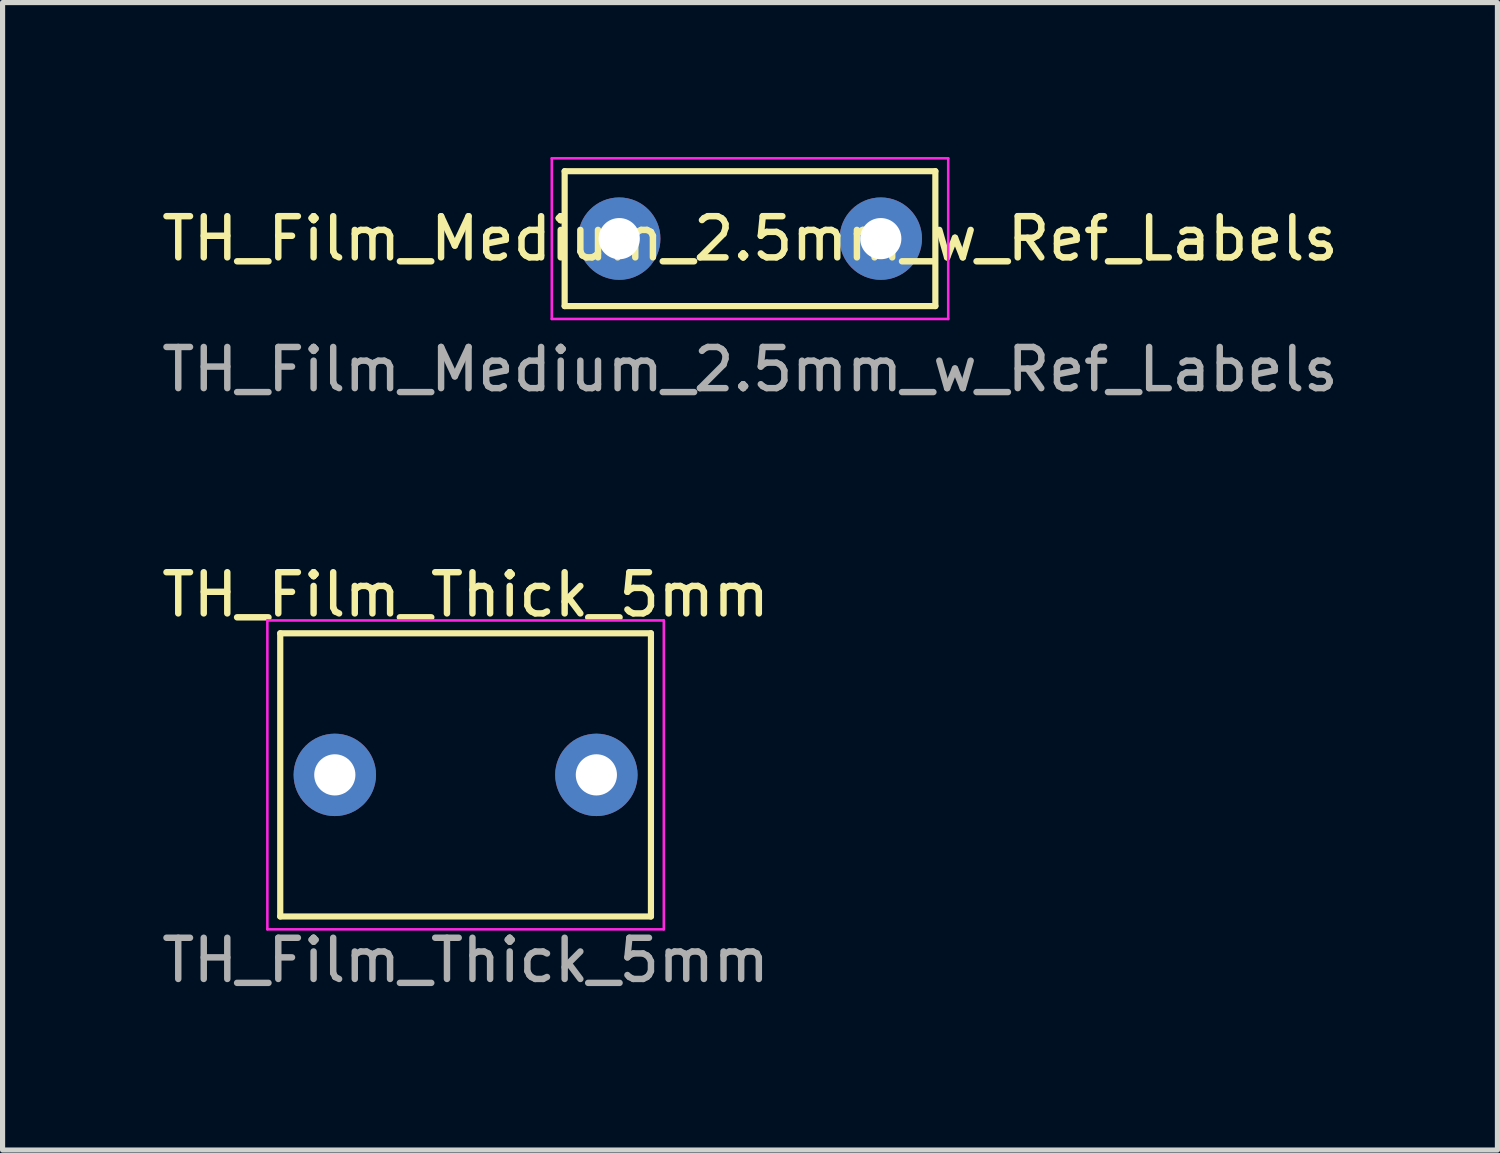
<source format=kicad_pcb>
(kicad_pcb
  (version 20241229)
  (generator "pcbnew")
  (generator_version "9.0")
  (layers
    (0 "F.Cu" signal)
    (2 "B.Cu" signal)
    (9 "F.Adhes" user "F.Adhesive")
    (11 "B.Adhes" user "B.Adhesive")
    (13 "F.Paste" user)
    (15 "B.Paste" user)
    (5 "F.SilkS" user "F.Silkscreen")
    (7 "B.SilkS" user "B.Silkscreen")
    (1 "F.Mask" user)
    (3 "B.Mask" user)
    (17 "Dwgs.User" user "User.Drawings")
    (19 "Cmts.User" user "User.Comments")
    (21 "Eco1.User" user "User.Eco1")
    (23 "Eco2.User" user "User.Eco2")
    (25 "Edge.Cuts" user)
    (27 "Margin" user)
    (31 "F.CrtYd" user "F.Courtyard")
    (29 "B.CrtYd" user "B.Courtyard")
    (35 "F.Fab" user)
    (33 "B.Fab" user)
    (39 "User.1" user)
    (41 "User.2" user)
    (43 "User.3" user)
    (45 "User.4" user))
  (footprint "TH_Film_Thick_5mm"
    (layer "F.Cu")
    (at 5.993 12)
    (property "Reference" "TH_Film_Thick_5mm" (at 0 -3.5 0) (layer "F.SilkS") (effects (font (size 0.8 0.8) (thickness 0.125))))
    (attr through_hole)
    (fp_line (start -3.6 -2.75) (end -3.6 2.75) (stroke (width 0.12) (type solid)) (layer "F.SilkS"))
    (fp_line (start -3.6 -2.75) (end 3.6 -2.75) (stroke (width 0.12) (type solid)) (layer "F.SilkS"))
    (fp_line (start -3.6 2.75) (end 3.6 2.75) (stroke (width 0.12) (type solid)) (layer "F.SilkS"))
    (fp_line (start -3.59 0) (end -3.6 0) (stroke (width 0.05) (type solid)) (layer "F.SilkS"))
    (fp_line (start 3.6 -2.75) (end 3.6 2.75) (stroke (width 0.12) (type solid)) (layer "F.SilkS"))
    (fp_line (start -3.85 -3) (end -3.85 3) (stroke (width 0.05) (type solid)) (layer "F.CrtYd"))
    (fp_line (start -3.85 3) (end 3.85 3) (stroke (width 0.05) (type solid)) (layer "F.CrtYd"))
    (fp_line (start 3.85 -3) (end -3.85 -3) (stroke (width 0.05) (type solid)) (layer "F.CrtYd"))
    (fp_line (start 3.85 3) (end 3.85 -3) (stroke (width 0.05) (type solid)) (layer "F.CrtYd"))
    (fp_text user "${REFERENCE}" (at 0 3.6 0) (layer "F.Fab") (effects (font (size 0.8 0.8) (thickness 0.125))))
    (pad "1" thru_hole circle (at -2.54 0) (size 1.6 1.6) (drill 0.8) (layers "*.Cu" "*.Mask"))
    (pad "2" thru_hole circle (at 2.54 0) (size 1.6 1.6) (drill 0.8) (layers "*.Cu" "*.Mask")))
  (footprint "TH_Film_Medium_2.5mm_w_Ref_Labels"
    (layer "F.Cu")
    (at 11.517 1.585)
    (property "Reference" "TH_Film_Medium_2.5mm_w_Ref_Labels" (at 0 0 0) (layer "F.SilkS") (effects (font (size 0.8 0.8) (thickness 0.125))))
    (attr through_hole)
    (fp_line (start -3.6 -1.31) (end -3.6 1.31) (stroke (width 0.12) (type solid)) (layer "F.SilkS"))
    (fp_line (start -3.6 -1.31) (end 3.6 -1.31) (stroke (width 0.12) (type solid)) (layer "F.SilkS"))
    (fp_line (start -3.6 1.31) (end 3.6 1.31) (stroke (width 0.12) (type solid)) (layer "F.SilkS"))
    (fp_line (start -3.59 0) (end -3.6 0) (stroke (width 0.05) (type solid)) (layer "F.SilkS"))
    (fp_line (start 3.6 -1.31) (end 3.6 1.31) (stroke (width 0.12) (type solid)) (layer "F.SilkS"))
    (fp_line (start -3.85 -1.56) (end -3.85 1.56) (stroke (width 0.05) (type solid)) (layer "F.CrtYd"))
    (fp_line (start -3.85 1.56) (end 3.85 1.56) (stroke (width 0.05) (type solid)) (layer "F.CrtYd"))
    (fp_line (start 3.85 -1.56) (end -3.85 -1.56) (stroke (width 0.05) (type solid)) (layer "F.CrtYd"))
    (fp_line (start 3.85 1.56) (end 3.85 -1.56) (stroke (width 0.05) (type solid)) (layer "F.CrtYd"))
    (fp_text user "${REFERENCE}" (at 0 2.54 0) (layer "F.Fab") (effects (font (size 0.8 0.8) (thickness 0.125))))
    (pad "1" thru_hole circle (at -2.54 0) (size 1.6 1.6) (drill 0.8) (layers "*.Cu" "*.Mask"))
    (pad "2" thru_hole circle (at 2.54 0) (size 1.6 1.6) (drill 0.8) (layers "*.Cu" "*.Mask")))
  (gr_rect
    (start -3 -3)
    (end 26.034 19.287)
    (stroke (width 0.1) (type default))
    (fill no)
    (layer "Edge.Cuts")))
</source>
